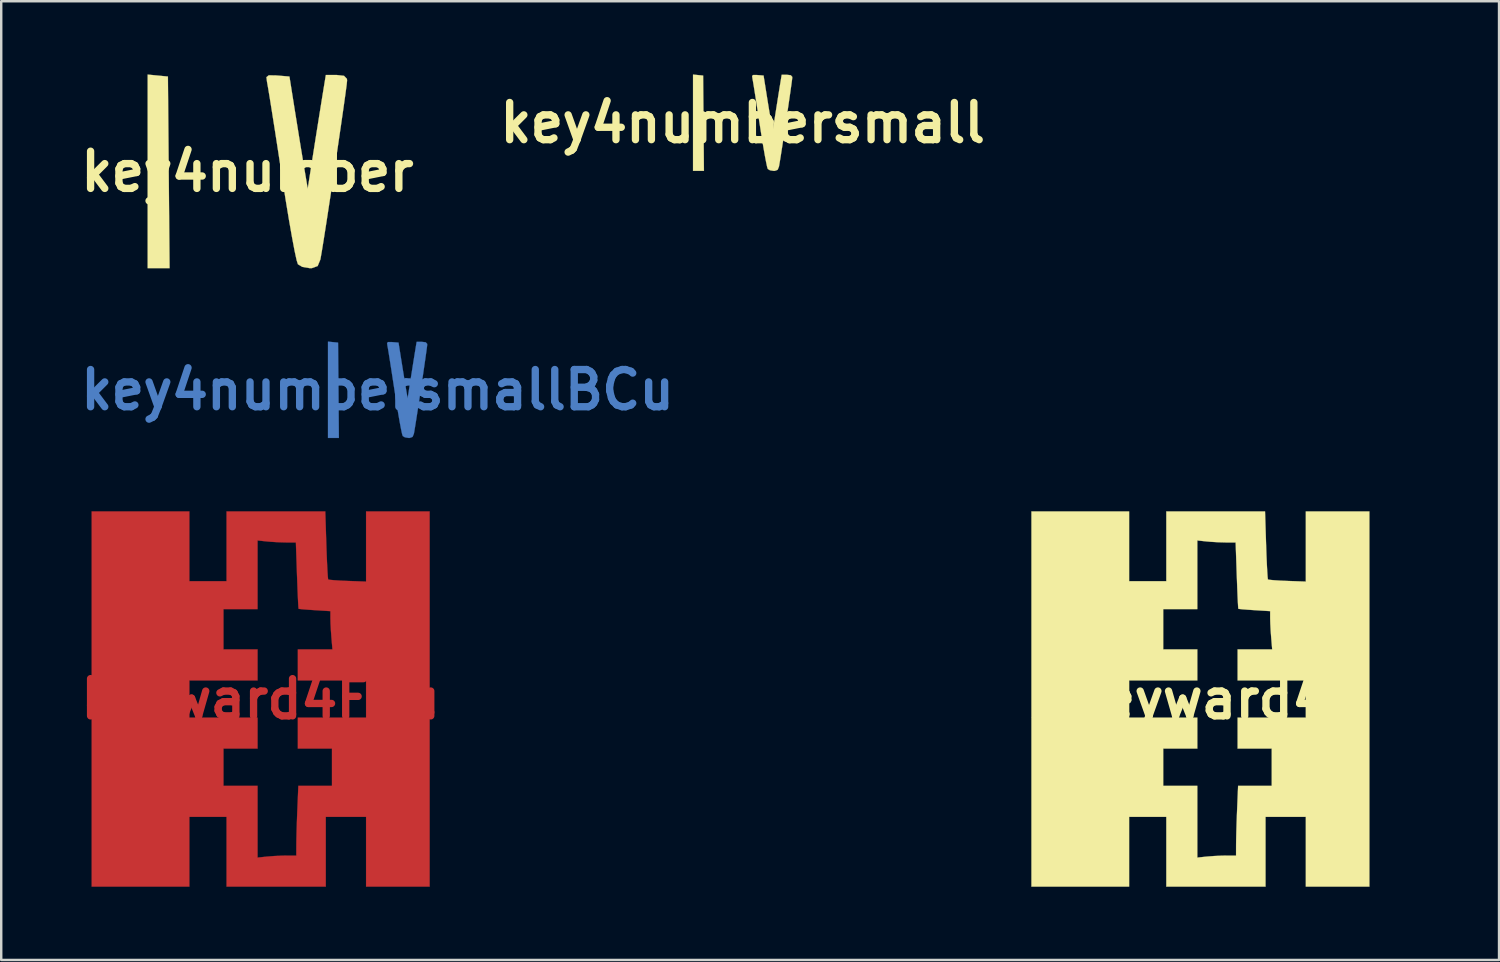
<source format=kicad_pcb>
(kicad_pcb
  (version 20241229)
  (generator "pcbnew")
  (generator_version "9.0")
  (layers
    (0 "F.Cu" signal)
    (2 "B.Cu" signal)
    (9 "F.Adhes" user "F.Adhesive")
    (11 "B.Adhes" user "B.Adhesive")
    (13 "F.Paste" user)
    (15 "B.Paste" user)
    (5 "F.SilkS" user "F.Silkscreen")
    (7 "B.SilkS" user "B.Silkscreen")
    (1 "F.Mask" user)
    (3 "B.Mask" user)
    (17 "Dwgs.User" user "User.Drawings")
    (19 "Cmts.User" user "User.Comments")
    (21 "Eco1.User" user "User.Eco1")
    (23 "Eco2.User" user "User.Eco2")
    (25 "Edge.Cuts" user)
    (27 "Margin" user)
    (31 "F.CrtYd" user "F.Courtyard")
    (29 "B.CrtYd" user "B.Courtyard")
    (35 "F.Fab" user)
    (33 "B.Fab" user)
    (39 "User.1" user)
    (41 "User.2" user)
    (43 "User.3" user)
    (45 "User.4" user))
  (footprint "keyward4"
    (layer "F.Cu")
    (at 46.121 25.583)
    (property "Reference" "keyward4" (at 0 0 0) (layer "F.SilkS") (effects (font (size 1.524 1.524) (thickness 0.3))))
    (attr through_hole)
    (fp_poly (pts (xy -2.921 -4.826) (xy -1.397 -4.826) (xy -1.397 -7.684) (xy 2.647 -7.684) (xy 2.691 -6.305) (xy 2.705 -5.9) (xy 2.721 -5.539) (xy 2.736 -5.241) (xy 2.75 -5.025) (xy 2.762 -4.91) (xy 2.766 -4.896) (xy 2.839 -4.882) (xy 3.012 -4.866) (xy 3.26 -4.85) (xy 3.557 -4.837) (xy 3.558 -4.837) (xy 4.318 -4.81) (xy 4.318 -6.247) (xy 4.318 -7.684) (xy 6.921 -7.684) (xy 6.921 7.684) (xy 4.318 7.684) (xy 4.318 4.826) (xy 2.667 4.826) (xy 2.667 7.684) (xy -1.397 7.684) (xy -1.397 4.826) (xy -2.921 4.826) (xy -2.921 7.684) (xy -6.921 7.684) (xy -6.921 -0.762) (xy -2.921 -0.762) (xy -2.921 0.762) (xy -0.127 0.762) (xy -0.127 2.032) (xy -1.524 2.032) (xy -1.524 3.556) (xy -0.127 3.556) (xy -0.127 6.495) (xy 0.263 6.454) (xy 0.559 6.431) (xy 0.886 6.416) (xy 1.057 6.413) (xy 1.46 6.413) (xy 1.461 5.985) (xy 1.464 5.766) (xy 1.471 5.456) (xy 1.482 5.09) (xy 1.496 4.704) (xy 1.502 4.556) (xy 1.544 3.556) (xy 2.921 3.556) (xy 2.921 2.032) (xy 1.524 2.032) (xy 1.524 0.762) (xy 4.318 0.762) (xy 4.318 -0.762) (xy 1.524 -0.762) (xy 1.524 -2.032) (xy 2.94 -2.032) (xy 2.899 -2.518) (xy 2.878 -2.804) (xy 2.863 -3.086) (xy 2.857 -3.302) (xy 2.857 -3.6) (xy 2.214 -3.64) (xy 1.943 -3.658) (xy 1.725 -3.675) (xy 1.587 -3.69) (xy 1.553 -3.697) (xy 1.546 -3.763) (xy 1.536 -3.937) (xy 1.523 -4.2) (xy 1.509 -4.534) (xy 1.495 -4.92) (xy 1.489 -5.064) (xy 1.443 -6.413) (xy 1.048 -6.413) (xy 0.748 -6.421) (xy 0.421 -6.44) (xy 0.263 -6.454) (xy -0.127 -6.495) (xy -0.127 -3.683) (xy -1.524 -3.683) (xy -1.524 -2.032) (xy -0.127 -2.032) (xy -0.127 -0.762) (xy -2.921 -0.762) (xy -6.921 -0.762) (xy -6.921 -7.684) (xy -2.921 -7.684) (xy -2.921 -4.826)) (stroke (width 0.01) (type solid)) (fill yes) (layer "F.SilkS")))
  (footprint "key4number"
    (layer "F.Cu")
    (at 7.083 3.978)
    (property "Reference" "key4number" (at 0 0 0) (layer "F.SilkS") (effects (font (size 1.524 1.524) (thickness 0.3))))
    (attr through_hole)
    (fp_poly (pts (xy -3.67 -3.933) (xy -3.255 -3.893) (xy -3.187 3.957) (xy -4.084 3.957) (xy -4.084 -3.973) (xy -3.67 -3.933)) (stroke (width 0.01) (type solid)) (fill yes) (layer "F.SilkS"))
    (fp_poly (pts (xy 3.959 -3.922) (xy 4.077 -3.799) (xy 4.084 -3.73) (xy 4.066 -3.553) (xy 4.014 -3.163) (xy 3.935 -2.601) (xy 3.835 -1.907) (xy 3.72 -1.122) (xy 3.596 -0.285) (xy 3.469 0.563) (xy 3.344 1.383) (xy 3.229 2.134) (xy 3.128 2.776) (xy 3.048 3.269) (xy 2.995 3.572) (xy 2.988 3.606) (xy 2.879 3.869) (xy 2.645 3.954) (xy 2.558 3.957) (xy 2.249 3.904) (xy 2.071 3.797) (xy 2.018 3.633) (xy 1.935 3.251) (xy 1.828 2.684) (xy 1.702 1.967) (xy 1.564 1.133) (xy 1.421 0.217) (xy 1.407 0.128) (xy 1.265 -0.803) (xy 1.132 -1.662) (xy 1.013 -2.414) (xy 0.916 -3.024) (xy 0.844 -3.455) (xy 0.805 -3.672) (xy 0.804 -3.678) (xy 0.781 -3.867) (xy 0.875 -3.942) (xy 1.15 -3.94) (xy 1.228 -3.934) (xy 1.723 -3.893) (xy 1.946 -2.489) (xy 2.057 -1.801) (xy 2.171 -1.095) (xy 2.273 -0.475) (xy 2.321 -0.191) (xy 2.472 0.702) (xy 2.702 -0.766) (xy 2.811 -1.458) (xy 2.923 -2.159) (xy 3.021 -2.772) (xy 3.073 -3.095) (xy 3.214 -3.957) (xy 3.649 -3.957) (xy 3.959 -3.922)) (stroke (width 0.01) (type solid)) (fill yes) (layer "F.SilkS")))
  (footprint "keyward4FCu"
    (layer "F.Cu")
    (at 7.627 25.583)
    (property "Reference" "keyward4FCu" (at 0 0 0) (layer "F.Cu") (effects (font (size 1.524 1.524) (thickness 0.3))))
    (attr through_hole)
    (fp_poly (pts (xy -2.921 -4.826) (xy -1.397 -4.826) (xy -1.397 -7.684) (xy 2.647 -7.684) (xy 2.691 -6.305) (xy 2.705 -5.9) (xy 2.721 -5.539) (xy 2.736 -5.241) (xy 2.75 -5.025) (xy 2.762 -4.91) (xy 2.766 -4.896) (xy 2.839 -4.882) (xy 3.012 -4.866) (xy 3.26 -4.85) (xy 3.557 -4.837) (xy 3.558 -4.837) (xy 4.318 -4.81) (xy 4.318 -6.247) (xy 4.318 -7.684) (xy 6.921 -7.684) (xy 6.921 7.684) (xy 4.318 7.684) (xy 4.318 4.826) (xy 2.667 4.826) (xy 2.667 7.684) (xy -1.397 7.684) (xy -1.397 4.826) (xy -2.921 4.826) (xy -2.921 7.684) (xy -6.921 7.684) (xy -6.921 -0.762) (xy -2.921 -0.762) (xy -2.921 0.762) (xy -0.127 0.762) (xy -0.127 2.032) (xy -1.524 2.032) (xy -1.524 3.556) (xy -0.127 3.556) (xy -0.127 6.495) (xy 0.263 6.454) (xy 0.559 6.431) (xy 0.886 6.416) (xy 1.057 6.413) (xy 1.46 6.413) (xy 1.461 5.985) (xy 1.464 5.766) (xy 1.471 5.456) (xy 1.482 5.09) (xy 1.496 4.704) (xy 1.502 4.556) (xy 1.544 3.556) (xy 2.921 3.556) (xy 2.921 2.032) (xy 1.524 2.032) (xy 1.524 0.762) (xy 4.318 0.762) (xy 4.318 -0.762) (xy 1.524 -0.762) (xy 1.524 -2.032) (xy 2.94 -2.032) (xy 2.899 -2.518) (xy 2.878 -2.804) (xy 2.863 -3.086) (xy 2.857 -3.302) (xy 2.857 -3.6) (xy 2.214 -3.64) (xy 1.943 -3.658) (xy 1.725 -3.675) (xy 1.587 -3.69) (xy 1.553 -3.697) (xy 1.546 -3.763) (xy 1.536 -3.937) (xy 1.523 -4.2) (xy 1.509 -4.534) (xy 1.495 -4.92) (xy 1.489 -5.064) (xy 1.443 -6.413) (xy 1.048 -6.413) (xy 0.748 -6.421) (xy 0.421 -6.44) (xy 0.263 -6.454) (xy -0.127 -6.495) (xy -0.127 -3.683) (xy -1.524 -3.683) (xy -1.524 -2.032) (xy -0.127 -2.032) (xy -0.127 -0.762) (xy -2.921 -0.762) (xy -6.921 -0.762) (xy -6.921 -7.684) (xy -2.921 -7.684) (xy -2.921 -4.826)) (stroke (width 0.01) (type solid)) (fill yes) (layer "F.Cu")))
  (footprint "keyward4FMask"
    (layer "F.Cu")
    (at 27.225 25.583)
    (property "Reference" "keyward4FMask" (at 0 0 0) (layer "F.Mask") (effects (font (size 1.524 1.524) (thickness 0.3))))
    (attr through_hole)
    (fp_poly (pts (xy -2.921 -4.826) (xy -1.397 -4.826) (xy -1.397 -7.684) (xy 2.647 -7.684) (xy 2.691 -6.305) (xy 2.705 -5.9) (xy 2.721 -5.539) (xy 2.736 -5.241) (xy 2.75 -5.025) (xy 2.762 -4.91) (xy 2.766 -4.896) (xy 2.839 -4.882) (xy 3.012 -4.866) (xy 3.26 -4.85) (xy 3.557 -4.837) (xy 3.558 -4.837) (xy 4.318 -4.81) (xy 4.318 -6.247) (xy 4.318 -7.684) (xy 6.921 -7.684) (xy 6.921 7.684) (xy 4.318 7.684) (xy 4.318 4.826) (xy 2.667 4.826) (xy 2.667 7.684) (xy -1.397 7.684) (xy -1.397 4.826) (xy -2.921 4.826) (xy -2.921 7.684) (xy -6.921 7.684) (xy -6.921 -0.762) (xy -2.921 -0.762) (xy -2.921 0.762) (xy -0.127 0.762) (xy -0.127 2.032) (xy -1.524 2.032) (xy -1.524 3.556) (xy -0.127 3.556) (xy -0.127 6.495) (xy 0.263 6.454) (xy 0.559 6.431) (xy 0.886 6.416) (xy 1.057 6.413) (xy 1.46 6.413) (xy 1.461 5.985) (xy 1.464 5.766) (xy 1.471 5.456) (xy 1.482 5.09) (xy 1.496 4.704) (xy 1.502 4.556) (xy 1.544 3.556) (xy 2.921 3.556) (xy 2.921 2.032) (xy 1.524 2.032) (xy 1.524 0.762) (xy 4.318 0.762) (xy 4.318 -0.762) (xy 1.524 -0.762) (xy 1.524 -2.032) (xy 2.94 -2.032) (xy 2.899 -2.518) (xy 2.878 -2.804) (xy 2.863 -3.086) (xy 2.857 -3.302) (xy 2.857 -3.6) (xy 2.214 -3.64) (xy 1.943 -3.658) (xy 1.725 -3.675) (xy 1.587 -3.69) (xy 1.553 -3.697) (xy 1.546 -3.763) (xy 1.536 -3.937) (xy 1.523 -4.2) (xy 1.509 -4.534) (xy 1.495 -4.92) (xy 1.489 -5.064) (xy 1.443 -6.413) (xy 1.048 -6.413) (xy 0.748 -6.421) (xy 0.421 -6.44) (xy 0.263 -6.454) (xy -0.127 -6.495) (xy -0.127 -3.683) (xy -1.524 -3.683) (xy -1.524 -2.032) (xy -0.127 -2.032) (xy -0.127 -0.762) (xy -2.921 -0.762) (xy -6.921 -0.762) (xy -6.921 -7.684) (xy -2.921 -7.684) (xy -2.921 -4.826)) (stroke (width 0.01) (type solid)) (fill yes) (layer "F.Mask")))
  (footprint "key4numbersmallBMask"
    (layer "F.Cu")
    (at 41.594 12.921)
    (property "Reference" "key4numbersmallBMask" (at 0 0 0) (layer "B.Mask") (effects (font (size 1.524 1.524) (thickness 0.3))))
    (attr through_hole)
    (fp_poly (pts (xy -1.826 -1.957) (xy -1.619 -1.937) (xy -1.602 0.016) (xy -1.586 1.968) (xy -2.032 1.968) (xy -2.032 -1.977) (xy -1.826 -1.957)) (stroke (width 0.01) (type solid)) (fill yes) (layer "B.Mask"))
    (fp_poly (pts (xy 1.969 -1.951) (xy 2.028 -1.89) (xy 2.032 -1.856) (xy 2.023 -1.767) (xy 1.997 -1.574) (xy 1.958 -1.294) (xy 1.908 -0.949) (xy 1.851 -0.558) (xy 1.789 -0.142) (xy 1.726 0.28) (xy 1.664 0.688) (xy 1.606 1.062) (xy 1.556 1.381) (xy 1.516 1.626) (xy 1.49 1.777) (xy 1.487 1.794) (xy 1.432 1.925) (xy 1.316 1.967) (xy 1.273 1.968) (xy 1.119 1.942) (xy 1.03 1.889) (xy 1.004 1.808) (xy 0.963 1.617) (xy 0.909 1.335) (xy 0.847 0.978) (xy 0.778 0.564) (xy 0.707 0.108) (xy 0.7 0.064) (xy 0.629 -0.399) (xy 0.563 -0.827) (xy 0.504 -1.201) (xy 0.456 -1.504) (xy 0.42 -1.719) (xy 0.4 -1.827) (xy 0.4 -1.83) (xy 0.388 -1.924) (xy 0.436 -1.961) (xy 0.572 -1.96) (xy 0.611 -1.957) (xy 0.857 -1.937) (xy 0.968 -1.238) (xy 1.023 -0.896) (xy 1.08 -0.545) (xy 1.131 -0.236) (xy 1.154 -0.095) (xy 1.23 0.349) (xy 1.344 -0.381) (xy 1.399 -0.725) (xy 1.454 -1.074) (xy 1.503 -1.379) (xy 1.529 -1.54) (xy 1.599 -1.968) (xy 1.815 -1.968) (xy 1.969 -1.951)) (stroke (width 0.01) (type solid)) (fill yes) (layer "B.Mask")))
  (footprint "key4numbersmall"
    (layer "F.Cu")
    (at 27.37 1.982)
    (property "Reference" "key4numbersmall" (at 0 0 0) (layer "F.SilkS") (effects (font (size 1.524 1.524) (thickness 0.3))))
    (attr through_hole)
    (fp_poly (pts (xy -1.826 -1.957) (xy -1.619 -1.937) (xy -1.602 0.016) (xy -1.586 1.968) (xy -2.032 1.968) (xy -2.032 -1.977) (xy -1.826 -1.957)) (stroke (width 0.01) (type solid)) (fill yes) (layer "F.SilkS"))
    (fp_poly (pts (xy 1.969 -1.951) (xy 2.028 -1.89) (xy 2.032 -1.856) (xy 2.023 -1.767) (xy 1.997 -1.574) (xy 1.958 -1.294) (xy 1.908 -0.949) (xy 1.851 -0.558) (xy 1.789 -0.142) (xy 1.726 0.28) (xy 1.664 0.688) (xy 1.606 1.062) (xy 1.556 1.381) (xy 1.516 1.626) (xy 1.49 1.777) (xy 1.487 1.794) (xy 1.432 1.925) (xy 1.316 1.967) (xy 1.273 1.968) (xy 1.119 1.942) (xy 1.03 1.889) (xy 1.004 1.808) (xy 0.963 1.617) (xy 0.909 1.335) (xy 0.847 0.978) (xy 0.778 0.564) (xy 0.707 0.108) (xy 0.7 0.064) (xy 0.629 -0.399) (xy 0.563 -0.827) (xy 0.504 -1.201) (xy 0.456 -1.504) (xy 0.42 -1.719) (xy 0.4 -1.827) (xy 0.4 -1.83) (xy 0.388 -1.924) (xy 0.436 -1.961) (xy 0.572 -1.96) (xy 0.611 -1.957) (xy 0.857 -1.937) (xy 0.968 -1.238) (xy 1.023 -0.896) (xy 1.08 -0.545) (xy 1.131 -0.236) (xy 1.154 -0.095) (xy 1.23 0.349) (xy 1.344 -0.381) (xy 1.399 -0.725) (xy 1.454 -1.074) (xy 1.503 -1.379) (xy 1.529 -1.54) (xy 1.599 -1.968) (xy 1.815 -1.968) (xy 1.969 -1.951)) (stroke (width 0.01) (type solid)) (fill yes) (layer "F.SilkS")))
  (footprint "key4numbersmallBCu"
    (layer "B.Cu")
    (at 12.417 12.921)
    (property "Reference" "key4numbersmallBCu" (at 0 0 0) (layer "B.Cu") (effects (font (size 1.524 1.524) (thickness 0.3))))
    (attr through_hole)
    (fp_poly (pts (xy -1.826 -1.957) (xy -1.619 -1.937) (xy -1.602 0.016) (xy -1.586 1.968) (xy -2.032 1.968) (xy -2.032 -1.977) (xy -1.826 -1.957)) (stroke (width 0.01) (type solid)) (fill yes) (layer "B.Cu"))
    (fp_poly (pts (xy 1.969 -1.951) (xy 2.028 -1.89) (xy 2.032 -1.856) (xy 2.023 -1.767) (xy 1.997 -1.574) (xy 1.958 -1.294) (xy 1.908 -0.949) (xy 1.851 -0.558) (xy 1.789 -0.142) (xy 1.726 0.28) (xy 1.664 0.688) (xy 1.606 1.062) (xy 1.556 1.381) (xy 1.516 1.626) (xy 1.49 1.777) (xy 1.487 1.794) (xy 1.432 1.925) (xy 1.316 1.967) (xy 1.273 1.968) (xy 1.119 1.942) (xy 1.03 1.889) (xy 1.004 1.808) (xy 0.963 1.617) (xy 0.909 1.335) (xy 0.847 0.978) (xy 0.778 0.564) (xy 0.707 0.108) (xy 0.7 0.064) (xy 0.629 -0.399) (xy 0.563 -0.827) (xy 0.504 -1.201) (xy 0.456 -1.504) (xy 0.42 -1.719) (xy 0.4 -1.827) (xy 0.4 -1.83) (xy 0.388 -1.924) (xy 0.436 -1.961) (xy 0.572 -1.96) (xy 0.611 -1.957) (xy 0.857 -1.937) (xy 0.968 -1.238) (xy 1.023 -0.896) (xy 1.08 -0.545) (xy 1.131 -0.236) (xy 1.154 -0.095) (xy 1.23 0.349) (xy 1.344 -0.381) (xy 1.399 -0.725) (xy 1.454 -1.074) (xy 1.503 -1.379) (xy 1.529 -1.54) (xy 1.599 -1.968) (xy 1.815 -1.968) (xy 1.969 -1.951)) (stroke (width 0.01) (type solid)) (fill yes) (layer "B.Cu")))
  (gr_rect
    (start -3 -3)
    (end 58.353 36.272)
    (stroke (width 0.1) (type default))
    (fill no)
    (layer "Edge.Cuts")))
</source>
